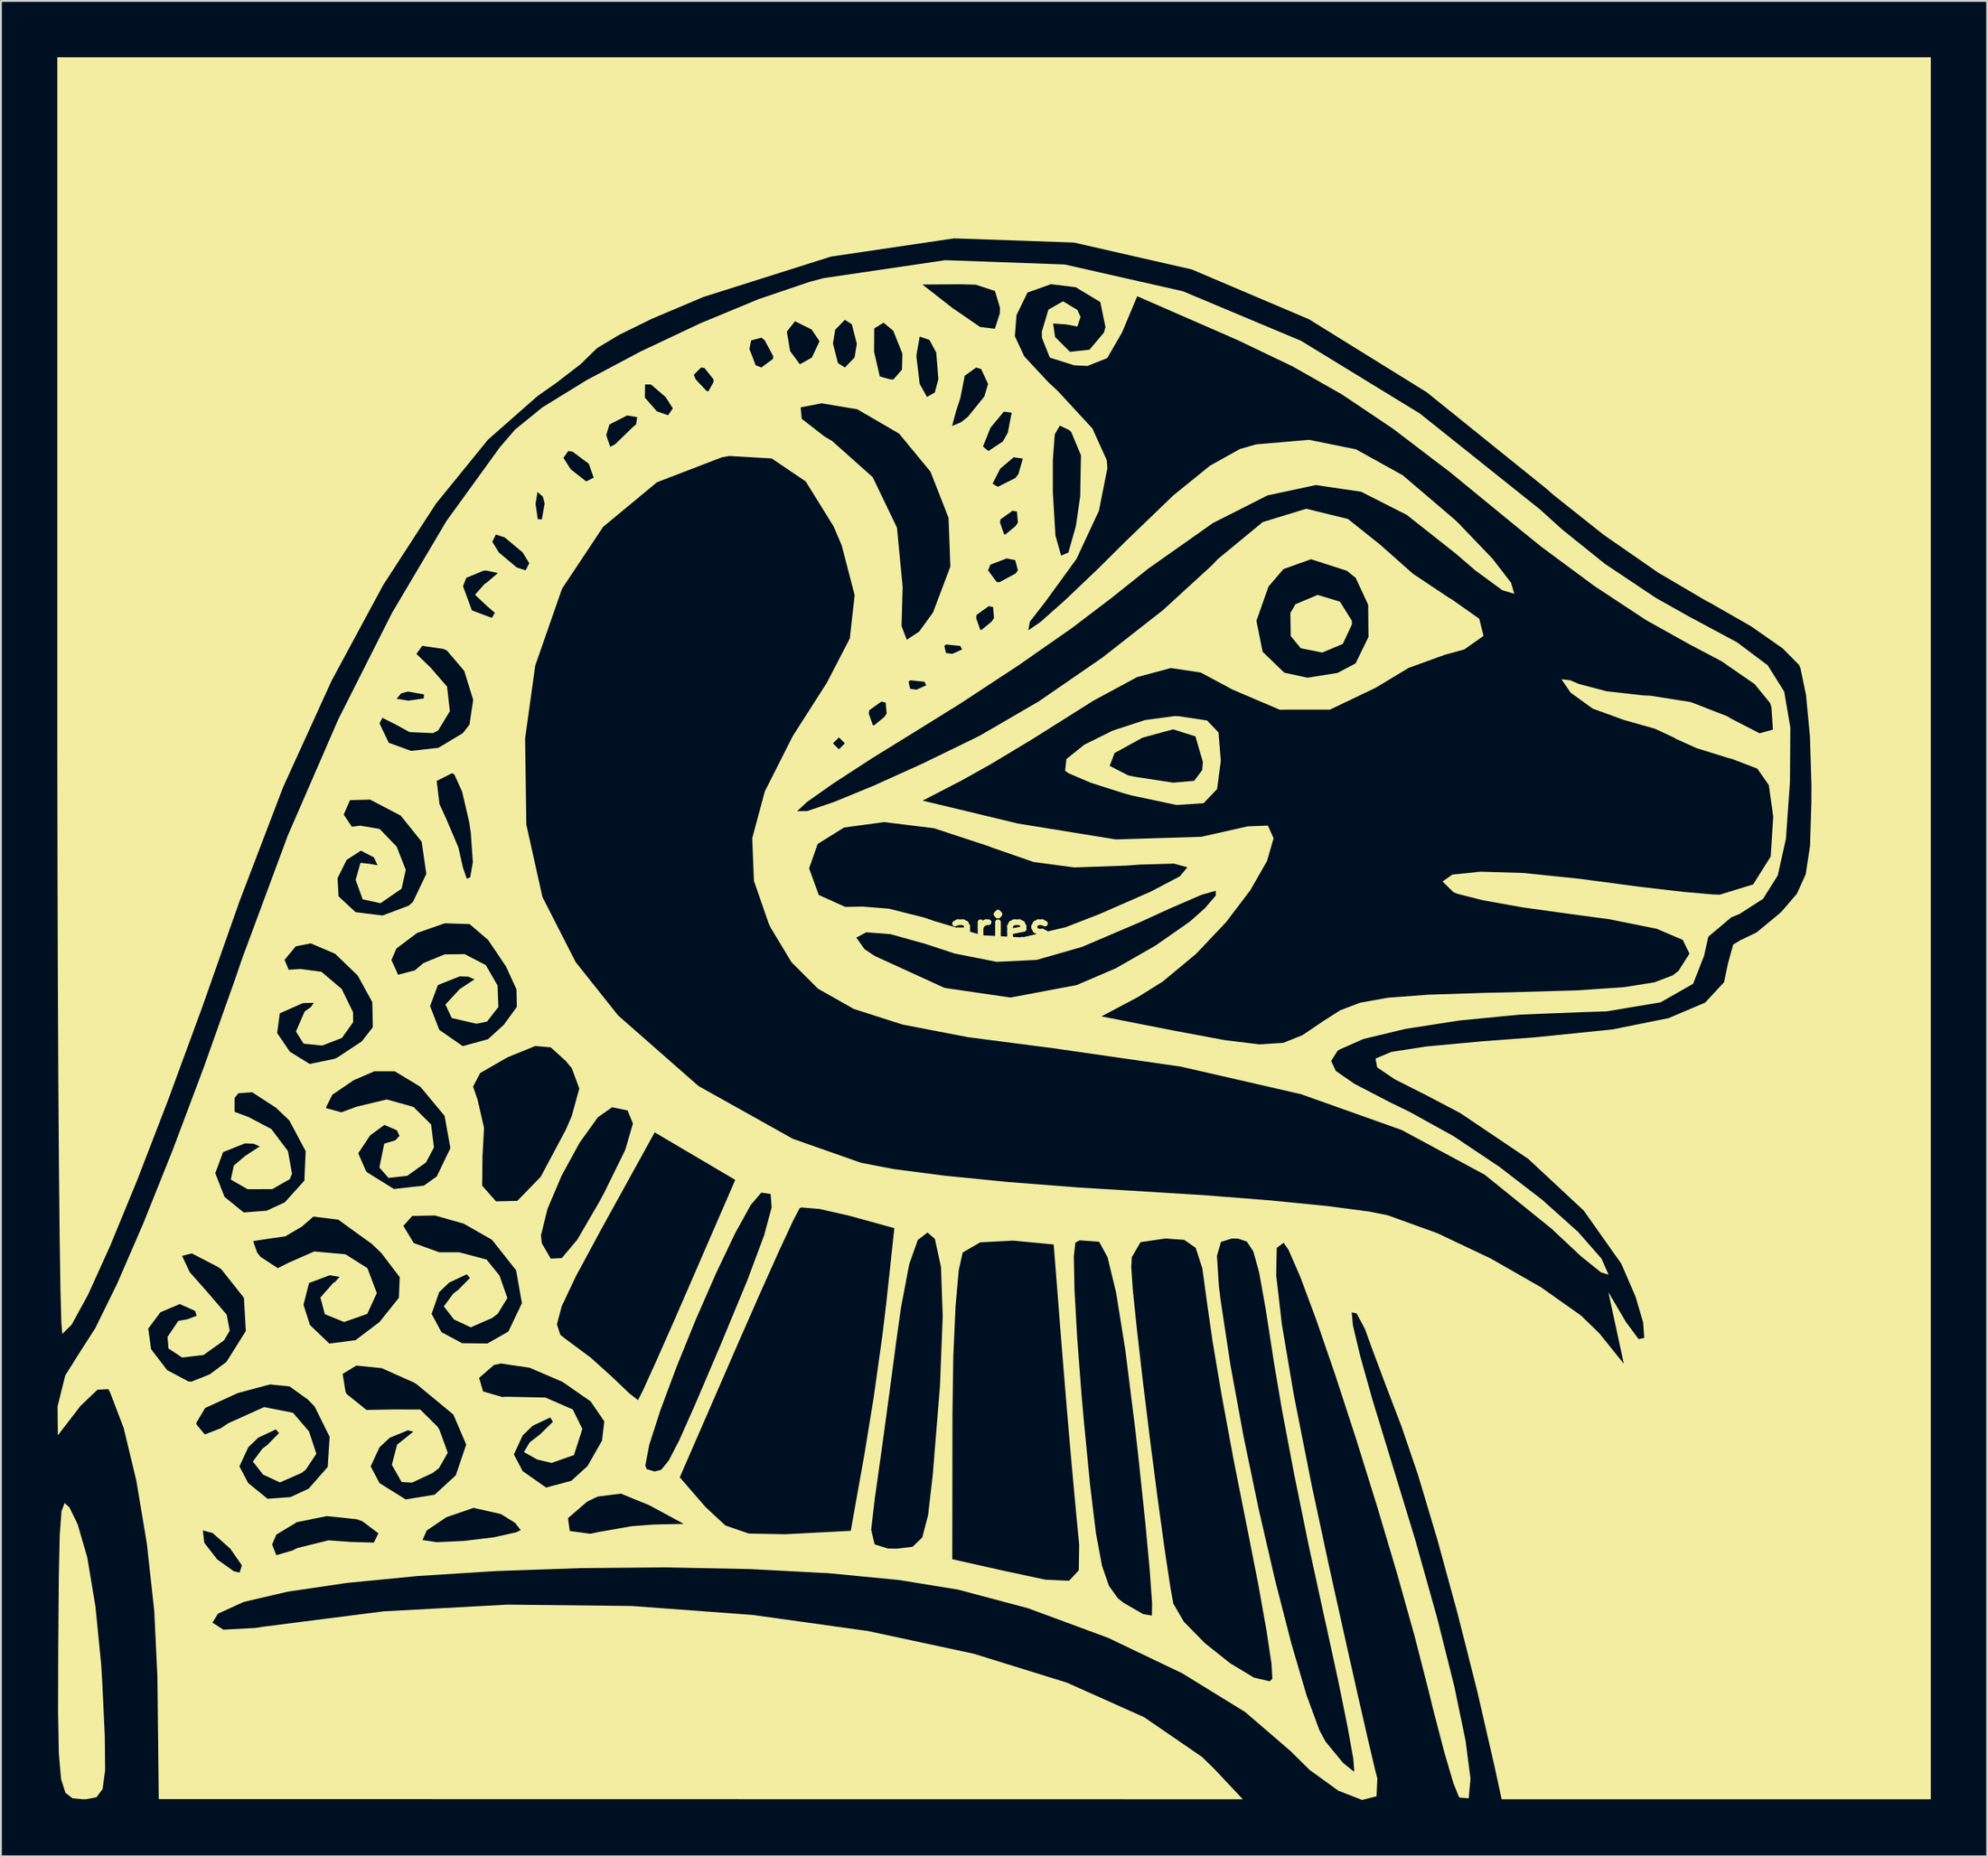
<source format=kicad_pcb>
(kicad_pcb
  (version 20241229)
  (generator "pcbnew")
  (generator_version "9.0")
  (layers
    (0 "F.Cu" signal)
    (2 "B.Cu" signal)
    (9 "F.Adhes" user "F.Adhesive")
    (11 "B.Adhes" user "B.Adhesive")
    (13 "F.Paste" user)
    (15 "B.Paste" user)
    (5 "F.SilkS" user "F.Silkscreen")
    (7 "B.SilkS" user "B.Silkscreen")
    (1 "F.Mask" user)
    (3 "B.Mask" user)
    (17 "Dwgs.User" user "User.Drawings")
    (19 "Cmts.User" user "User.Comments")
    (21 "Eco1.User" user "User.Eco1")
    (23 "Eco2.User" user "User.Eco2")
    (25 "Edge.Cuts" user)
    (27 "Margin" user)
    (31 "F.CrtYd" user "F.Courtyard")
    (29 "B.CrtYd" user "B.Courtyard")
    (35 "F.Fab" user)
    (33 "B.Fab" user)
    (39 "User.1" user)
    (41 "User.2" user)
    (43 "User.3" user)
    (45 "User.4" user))
  (footprint "aries"
    (layer "F.Cu")
    (at 50.165 46.355)
    (property "Reference" "aries" (at 0 0 0) (layer "F.SilkS") (effects (font (size 1.5 1.5) (thickness 0.3))))
    (attr board_only exclude_from_pos_files exclude_from_bom)
    (fp_poly (pts (xy 18.087 -17.385) (xy 18.72 -16.375) (xy 18.733 -16.184) (xy 18.242 -15.136) (xy 17.145 -14.674) (xy 16.003 -14.906) (xy 15.47 -15.556) (xy 15.452 -16.782) (xy 15.723 -17.247) (xy 16.901 -17.742)) (stroke (width 0) (type solid)) (fill yes) (layer "F.SilkS"))
    (fp_poly (pts (xy -49.517 30.828) (xy -49.137 31.608) (xy -49.074 31.75) (xy -48.573 33.476) (xy -48.138 36.081) (xy -47.831 39.176) (xy -47.771 40.164) (xy -47.639 43.002) (xy -47.621 44.806) (xy -47.755 45.81) (xy -48.081 46.248) (xy -48.638 46.353) (xy -48.81 46.355) (xy -49.358 46.303) (xy -49.732 46.013) (xy -49.964 45.283) (xy -50.084 43.914) (xy -50.125 41.702) (xy -50.116 38.448) (xy -50.113 37.941) (xy -50.086 34.563) (xy -50.037 32.309) (xy -49.943 31.033) (xy -49.778 30.588)) (stroke (width 0) (type solid)) (fill yes) (layer "F.SilkS"))
    (fp_poly (pts (xy 9.525 -11.286) (xy 11.017 -11.059) (xy 11.628 -10.422) (xy 11.747 -8.954) (xy 11.748 -8.89) (xy 11.552 -7.409) (xy 10.833 -6.656) (xy 9.388 -6.563) (xy 7.017 -7.067) (xy 6.553 -7.195) (xy 4.823 -7.748) (xy 3.656 -8.247) (xy 3.465 -8.38) (xy 3.494 -8.644) (xy 5.837 -8.644) (xy 6.814 -8.14) (xy 7.144 -8.068) (xy 9.216 -7.75) (xy 10.333 -7.848) (xy 10.759 -8.419) (xy 10.795 -8.853) (xy 10.4 -10.213) (xy 9.209 -10.589) (xy 7.582 -10.144) (xy 6.096 -9.327) (xy 5.837 -8.644) (xy 3.494 -8.644) (xy 3.533 -9.006) (xy 4.492 -9.775) (xy 6.001 -10.522) (xy 7.719 -11.083) (xy 9.303 -11.295)) (stroke (width 0) (type solid)) (fill yes) (layer "F.SilkS"))
    (fp_poly (pts (xy 49.53 0) (xy 49.53 46.355) (xy 38.112 46.355) (xy 26.694 46.355) (xy 26.317 44.609) (xy 25.406 40.645) (xy 24.359 36.502) (xy 23.272 32.53) (xy 22.242 29.082) (xy 21.365 26.51) (xy 21.329 26.416) (xy 20.485 24.207) (xy 19.786 22.338) (xy 19.427 21.34) (xy 18.976 20.496) (xy 18.717 20.441) (xy 18.778 21.129) (xy 19.17 22.772) (xy 19.828 25.118) (xy 20.617 27.7) (xy 22.077 32.479) (xy 23.271 36.736) (xy 24.178 40.359) (xy 24.774 43.237) (xy 25.037 45.255) (xy 24.943 46.303) (xy 24.468 46.268) (xy 24.419 46.221) (xy 24.123 45.483) (xy 23.634 43.817) (xy 23.04 41.532) (xy 22.814 40.605) (xy 22.065 37.679) (xy 21.123 34.316) (xy 20.058 30.733) (xy 18.94 27.146) (xy 17.84 23.773) (xy 16.828 20.831) (xy 15.973 18.535) (xy 15.347 17.103) (xy 15.093 16.737) (xy 14.726 17.01) (xy 14.697 18.474) (xy 15.002 21.096) (xy 15.636 24.843) (xy 16.594 29.682) (xy 17.515 33.972) (xy 18.29 37.471) (xy 18.99 40.589) (xy 19.562 43.092) (xy 19.95 44.742) (xy 20.079 45.244) (xy 20.037 46.197) (xy 19.268 46.391) (xy 18.003 45.898) (xy 16.474 44.791) (xy 15.454 43.784) (xy 13.049 41.714) (xy 9.705 39.654) (xy 5.743 37.759) (xy 1.483 36.186) (xy -2.223 35.199) (xy -5.36 34.687) (xy -9.116 34.325) (xy -13.313 34.103) (xy -17.775 34.015) (xy -22.327 34.053) (xy -26.79 34.208) (xy -30.989 34.473) (xy -34.748 34.841) (xy -37.89 35.303) (xy -40.238 35.851) (xy -41.617 36.478) (xy -41.91 36.954) (xy -41.329 37.329) (xy -39.624 37.237) (xy -39.211 37.172) (xy -32.814 36.355) (xy -26.222 35.996) (xy -19.609 36.068) (xy -13.15 36.546) (xy -7.019 37.402) (xy -1.389 38.612) (xy 3.564 40.149) (xy 7.668 41.987) (xy 10.747 44.1) (xy 11.395 44.731) (xy 12.921 46.355) (xy -15.923 46.351) (xy -44.767 46.346) (xy -44.838 39.842) (xy -45.005 36.355) (xy -45.398 32.762) (xy -45.517 32.048) (xy -42.42 32.048) (xy -42.345 32.704) (xy -41.654 33.592) (xy -40.772 34.221) (xy -40.464 34.29) (xy -40.344 33.904) (xy -40.569 33.58) (xy -2.54 33.58) (xy 0.159 34.185) (xy 2.416 34.669) (xy 3.676 34.726) (xy 4.192 34.169) (xy 4.213 32.812) (xy 4.066 31.274) (xy 3.838 28.817) (xy 3.568 25.716) (xy 3.311 22.592) (xy 3.282 22.225) (xy 2.908 17.47) (xy 3.928 17.47) (xy 3.963 19.232) (xy 4.106 21.782) (xy 4.343 24.882) (xy 4.446 26.048) (xy 4.797 29.658) (xy 5.108 32.213) (xy 5.427 33.922) (xy 5.797 34.997) (xy 6.264 35.649) (xy 6.562 35.891) (xy 7.62 36.501) (xy 8.084 36.577) (xy 8.093 35.903) (xy 7.97 34.189) (xy 7.735 31.659) (xy 7.407 28.535) (xy 7.2 26.68) (xy 6.667 22.432) (xy 6.179 19.393) (xy 5.852 18.041) (xy 6.985 18.041) (xy 7.067 19.236) (xy 7.287 21.371) (xy 7.605 24.129) (xy 7.981 27.193) (xy 8.376 30.247) (xy 8.75 32.973) (xy 9.064 35.055) (xy 9.223 35.943) (xy 9.779 36.901) (xy 10.899 38.044) (xy 12.254 39.12) (xy 13.515 39.881) (xy 14.352 40.075) (xy 14.493 39.943) (xy 14.449 39.149) (xy 14.181 37.37) (xy 13.733 34.861) (xy 13.146 31.877) (xy 13.084 31.576) (xy 12.409 28.172) (xy 11.794 24.839) (xy 11.311 21.979) (xy 11.045 20.127) (xy 10.765 18.087) (xy 10.553 17.435) (xy 11.544 17.435) (xy 11.646 19.028) (xy 11.747 19.844) (xy 12.266 23.265) (xy 12.959 27.039) (xy 13.767 30.923) (xy 14.633 34.673) (xy 15.499 38.045) (xy 16.305 40.795) (xy 16.996 42.68) (xy 17.324 43.286) (xy 18.248 44.411) (xy 18.814 44.871) (xy 18.853 44.859) (xy 18.799 44.197) (xy 18.503 42.534) (xy 18.01 40.104) (xy 17.367 37.144) (xy 17.212 36.453) (xy 16.418 32.803) (xy 15.652 29.043) (xy 15.005 25.633) (xy 14.589 23.177) (xy 14.132 20.224) (xy 13.787 18.303) (xy 13.48 17.194) (xy 13.135 16.674) (xy 12.677 16.519) (xy 12.343 16.51) (xy 11.759 16.692) (xy 11.544 17.435) (xy 10.553 17.435) (xy 10.413 17.006) (xy 9.803 16.582) (xy 8.803 16.51) (xy 7.478 16.705) (xy 7.014 17.501) (xy 6.985 18.041) (xy 5.852 18.041) (xy 5.722 17.503) (xy 5.287 16.703) (xy 5.241 16.679) (xy 4.24 16.607) (xy 4.01 16.734) (xy 3.928 17.47) (xy 2.908 17.47) (xy 2.857 16.828) (xy 0.702 16.622) (xy -1.056 16.715) (xy -1.987 17.257) (xy -2.195 18.191) (xy -2.366 20.115) (xy -2.484 22.75) (xy -2.53 25.814) (xy -2.53 25.839) (xy -2.54 33.58) (xy -40.569 33.58) (xy -40.961 33.016) (xy -41.212 32.794) (xy -38.735 32.794) (xy -38.513 33.365) (xy -37.641 33.111) (xy -37.406 32.988) (xy -35.735 32.574) (xy -34.548 32.661) (xy -33.32 32.694) (xy -33.253 32.557) (xy -30.731 32.557) (xy -29.974 32.673) (xy -28.523 32.606) (xy -26.929 32.412) (xy -25.746 32.147) (xy -25.504 32.029) (xy -25.809 31.641) (xy -26.206 31.394) (xy -22.991 31.394) (xy -22.895 32.077) (xy -21.806 32.226) (xy -21.36 32.131) (xy -19.599 31.822) (xy -18.415 31.733) (xy -16.828 31.699) (xy -18.656 30.709) (xy -20.174 30.088) (xy -21.408 30.245) (xy -21.968 30.512) (xy -22.991 31.394) (xy -26.206 31.394) (xy -26.559 31.175) (xy -28.012 30.846) (xy -29.461 31.344) (xy -30.509 32.051) (xy -30.731 32.557) (xy -33.253 32.557) (xy -33.079 32.201) (xy -33.922 31.563) (xy -34.236 31.45) (xy -35.829 31.284) (xy -37.414 31.606) (xy -38.511 32.271) (xy -38.735 32.794) (xy -41.212 32.794) (xy -41.9 32.184) (xy -42.42 32.048) (xy -45.517 32.048) (xy -45.96 29.399) (xy -46.633 26.596) (xy -46.735 26.33) (xy -42.774 26.33) (xy -42.746 26.428) (xy -42.314 26.939) (xy -41.465 26.61) (xy -41.069 26.343) (xy -39.158 25.482) (xy -37.623 25.786) (xy -36.772 26.778) (xy -36.38 27.966) (xy -36.945 28.815) (xy -37.174 28.99) (xy -38.321 29.492) (xy -39.216 29.074) (xy -39.758 28.379) (xy -39.253 27.698) (xy -38.988 27.497) (xy -38.366 26.865) (xy -38.536 26.67) (xy -39.472 27.11) (xy -40.005 27.622) (xy -40.475 28.639) (xy -40.005 29.527) (xy -38.976 30.363) (xy -37.753 30.272) (xy -36.788 29.823) (xy -35.777 28.669) (xy -35.673 27.066) (xy -36.471 25.454) (xy -36.833 25.08) (xy -37.807 24.381) (xy -38.851 24.277) (xy -40.505 24.72) (xy -40.59 24.749) (xy -42.298 25.53) (xy -42.774 26.33) (xy -46.735 26.33) (xy -47.361 24.688) (xy -47.455 24.526) (xy -48.027 24.558) (xy -48.929 25.417) (xy -48.972 25.472) (xy -50.137 26.988) (xy -50.151 25.441) (xy -49.741 23.797) (xy -48.979 22.583) (xy -48.157 21.303) (xy -45.326 21.303) (xy -45.176 22.4) (xy -44.32 23.516) (xy -43.193 24.117) (xy -43.026 24.13) (xy -42.051 23.739) (xy -42.018 23.714) (xy -34.981 23.714) (xy -34.825 24.684) (xy -34.763 24.789) (xy -33.714 25.634) (xy -32.317 25.609) (xy -30.854 25.611) (xy -29.919 26.539) (xy -29.823 26.711) (xy -29.388 27.911) (xy -29.851 28.725) (xy -30.176 28.981) (xy -31.29 29.504) (xy -31.844 29.47) (xy -32.363 28.554) (xy -32.083 27.482) (xy -31.591 27.091) (xy -31.219 26.788) (xy -31.513 26.72) (xy -32.479 27.116) (xy -33.02 27.622) (xy -33.49 28.639) (xy -33.02 29.527) (xy -31.625 30.398) (xy -30.084 30.145) (xy -28.959 29.112) (xy -28.406 27.478) (xy -29.09 25.879) (xy -31.025 24.279) (xy -31.205 24.168) (xy -31.741 23.929) (xy -27.718 23.929) (xy -27.508 24.649) (xy -26.476 24.948) (xy -26.284 24.932) (xy -24.185 24.976) (xy -22.734 25.61) (xy -22.225 26.645) (xy -22.671 28.036) (xy -23.864 28.455) (xy -24.637 28.268) (xy -25.335 27.876) (xy -25.031 27.364) (xy -24.485 26.942) (xy -23.795 26.27) (xy -23.931 26.035) (xy -24.867 26.475) (xy -25.4 26.988) (xy -25.87 28.004) (xy -25.4 28.892) (xy -24.152 29.766) (xy -22.813 29.406) (xy -22.607 29.219) (xy -17.041 29.219) (xy -15.664 30.81) (xy -14.611 31.785) (xy -13.371 32.213) (xy -11.444 32.25) (xy -11.115 32.234) (xy -7.942 32.068) (xy -7.931 32.007) (xy -6.856 32.007) (xy -6.674 32.788) (xy -5.966 33.01) (xy -5.51 33.02) (xy -4.652 32.918) (xy -4.137 32.42) (xy -3.826 31.235) (xy -3.577 29.075) (xy -3.575 29.051) (xy -3.194 24.351) (xy -3.049 20.654) (xy -3.141 18.025) (xy -3.466 16.53) (xy -3.857 16.192) (xy -4.375 16.588) (xy -4.831 17.876) (xy -5.271 20.204) (xy -5.511 21.907) (xy -5.902 24.85) (xy -6.284 27.658) (xy -6.591 29.844) (xy -6.661 30.321) (xy -6.856 32.007) (xy -7.931 32.007) (xy -7.205 27.94) (xy -6.719 24.95) (xy -6.264 21.712) (xy -6.045 19.886) (xy -5.623 15.96) (xy -8.015 15.3) (xy -9.597 14.939) (xy -10.566 14.859) (xy -10.664 14.897) (xy -11.003 15.547) (xy -11.737 17.127) (xy -12.758 19.402) (xy -13.959 22.135) (xy -13.981 22.187) (xy -17.041 29.219) (xy -22.607 29.219) (xy -21.95 28.622) (xy -21.936 28.596) (xy -18.875 28.596) (xy -18.801 28.783) (xy -18.383 28.91) (xy -18.027 28.819) (xy -17.625 28.324) (xy -17.066 27.242) (xy -16.241 25.387) (xy -15.041 22.576) (xy -14.836 22.093) (xy -13.433 18.704) (xy -12.549 16.333) (xy -12.152 14.854) (xy -12.207 14.142) (xy -12.682 14.07) (xy -12.714 14.08) (xy -13.267 14.73) (xy -14.105 16.25) (xy -15.116 18.371) (xy -16.19 20.826) (xy -17.213 23.344) (xy -18.076 25.658) (xy -18.667 27.498) (xy -18.875 28.596) (xy -21.936 28.596) (xy -21.178 27.266) (xy -21.058 26.241) (xy -21.785 25.179) (xy -23.272 24.145) (xy -25.029 23.389) (xy -26.563 23.162) (xy -26.93 23.243) (xy -27.718 23.929) (xy -31.741 23.929) (xy -32.903 23.41) (xy -34.252 23.274) (xy -34.981 23.714) (xy -42.018 23.714) (xy -41.166 23.079) (xy -40.133 21.434) (xy -40.235 19.665) (xy -41.441 18.144) (xy -41.612 18.026) (xy -43.007 17.303) (xy -43.527 17.433) (xy -43.12 18.299) (xy -42.21 19.327) (xy -41.152 20.564) (xy -40.991 21.42) (xy -41.297 21.934) (xy -42.387 22.711) (xy -43.521 22.845) (xy -44.25 22.362) (xy -44.3 21.749) (xy -43.726 20.895) (xy -43.254 20.812) (xy -42.749 20.625) (xy -42.836 20.363) (xy -43.646 19.999) (xy -44.677 20.434) (xy -45.326 21.303) (xy -48.157 21.303) (xy -48.143 21.282) (xy -46.994 18.943) (xy -45.998 16.65) (xy -39.745 16.65) (xy -39.529 17.263) (xy -39.348 17.489) (xy -38.432 18.089) (xy -37.873 17.807) (xy -36.496 17.2) (xy -34.83 17.351) (xy -33.662 18.089) (xy -33.163 19.417) (xy -33.672 20.523) (xy -34.905 20.955) (xy -35.931 20.535) (xy -36.164 19.652) (xy -35.474 18.867) (xy -35.401 18.836) (xy -35.142 18.553) (xy -35.666 18.465) (xy -36.769 18.878) (xy -37.065 20.037) (xy -36.722 21.114) (xy -35.69 22.103) (xy -34.297 21.923) (xy -33.02 20.955) (xy -31.989 19.666) (xy -31.943 18.569) (xy -32.92 17.286) (xy -33.43 16.797) (xy -34.757 15.838) (xy -31.75 15.838) (xy -31.198 16.752) (xy -29.84 17.245) (xy -28.777 17.244) (xy -27.323 17.63) (xy -26.633 18.484) (xy -26.216 19.679) (xy -26.721 20.507) (xy -27.014 20.735) (xy -28.161 21.237) (xy -29.056 20.819) (xy -29.598 20.124) (xy -29.093 19.443) (xy -28.828 19.242) (xy -28.206 18.61) (xy -28.376 18.415) (xy -29.312 18.855) (xy -29.845 19.367) (xy -30.248 20.522) (xy -29.725 21.493) (xy -28.621 22.084) (xy -27.281 22.099) (xy -26.162 21.463) (xy -25.98 21.082) (xy -23.578 21.082) (xy -23.398 21.637) (xy -23.053 21.907) (xy -21.799 22.835) (xy -20.678 23.845) (xy -19.712 24.763) (xy -19.263 25.115) (xy -18.984 24.558) (xy -18.314 23.084) (xy -17.366 20.94) (xy -16.624 19.236) (xy -14.089 13.39) (xy -16.233 12.125) (xy -18.376 10.861) (xy -21.247 16.067) (xy -22.573 18.527) (xy -23.327 20.122) (xy -23.578 21.082) (xy -25.98 21.082) (xy -25.442 19.953) (xy -25.75 18.203) (xy -27.014 16.603) (xy -27.073 16.556) (xy -27.457 16.337) (xy -24.426 16.337) (xy -24.384 16.763) (xy -23.907 17.581) (xy -23.318 17.552) (xy -22.497 16.575) (xy -21.318 14.551) (xy -21.056 14.063) (xy -19.941 11.792) (xy -19.534 10.393) (xy -19.818 9.695) (xy -20.642 9.525) (xy -21.403 10.061) (xy -22.366 11.405) (xy -23.327 13.162) (xy -24.082 14.938) (xy -24.426 16.337) (xy -27.457 16.337) (xy -28.534 15.721) (xy -30.07 15.285) (xy -31.277 15.31) (xy -31.75 15.838) (xy -34.757 15.838) (xy -35.214 15.506) (xy -36.539 15.344) (xy -37.148 15.875) (xy -38.038 16.397) (xy -38.85 16.51) (xy -39.745 16.65) (xy -45.998 16.65) (xy -45.603 15.739) (xy -44.518 13.033) (xy -41.759 13.033) (xy -41.268 14.296) (xy -40.242 15.125) (xy -39.016 15.029) (xy -38.058 14.583) (xy -37.018 13.431) (xy -36.949 11.861) (xy -37.818 10.228) (xy -38.527 9.552) (xy -38.554 9.534) (xy -35.866 9.534) (xy -35.846 9.577) (xy -35.051 9.795) (xy -34.227 9.492) (xy -32.629 9.11) (xy -31.212 9.507) (xy -30.276 10.44) (xy -30.122 11.666) (xy -30.547 12.463) (xy -31.545 13.175) (xy -32.541 13.284) (xy -33.019 12.741) (xy -33.02 12.7) (xy -32.767 11.461) (xy -32.179 11.287) (xy -31.955 11.048) (xy -32.095 10.75) (xy -32.759 10.466) (xy -33.517 11.02) (xy -34.151 11.973) (xy -33.745 12.908) (xy -33.681 12.986) (xy -32.252 13.876) (xy -30.658 13.697) (xy -29.972 13.208) (xy -29.246 11.7) (xy -29.558 9.981) (xy -30.832 8.45) (xy -30.866 8.425) (xy -28.041 8.425) (xy -27.801 9.126) (xy -27.457 10.623) (xy -27.539 12.122) (xy -27.557 13.697) (xy -26.82 14.534) (xy -25.685 14.506) (xy -24.44 13.225) (xy -23.096 10.704) (xy -22.789 9.99) (xy -22.388 8.528) (xy -22.785 7.451) (xy -23.112 7.058) (xy -23.907 6.336) (xy -24.73 6.265) (xy -26.098 6.821) (xy -26.295 6.915) (xy -27.663 7.704) (xy -28.041 8.425) (xy -30.866 8.425) (xy -30.894 8.405) (xy -32.205 7.612) (xy -33.296 7.611) (xy -34.393 8.084) (xy -35.535 8.862) (xy -35.866 9.534) (xy -38.554 9.534) (xy -39.795 8.726) (xy -40.525 8.779) (xy -40.733 9.03) (xy -40.731 9.769) (xy -39.987 10.046) (xy -38.774 10.686) (xy -37.891 11.859) (xy -37.676 13.059) (xy -37.791 13.348) (xy -38.728 13.884) (xy -40.038 13.886) (xy -40.933 13.374) (xy -40.771 12.627) (xy -40.177 12.123) (xy -39.395 11.61) (xy -39.726 11.463) (xy -40.184 11.449) (xy -41.344 11.913) (xy -41.759 13.033) (xy -44.518 13.033) (xy -44.04 11.841) (xy -42.378 7.422) (xy -41.722 5.576) (xy -38.467 5.576) (xy -37.789 6.57) (xy -36.734 7.222) (xy -35.424 6.95) (xy -35.256 6.875) (xy -33.965 6.021) (xy -33.375 5.265) (xy -33.403 3.93) (xy -34.18 2.513) (xy -35.035 1.689) (xy -32.385 1.689) (xy -32.03 2.472) (xy -31.137 2.24) (xy -30.68 1.851) (xy -29.558 1.391) (xy -28.489 1.375) (xy -27.362 1.96) (xy -26.739 3.042) (xy -26.694 4.189) (xy -27.3 4.966) (xy -27.86 5.08) (xy -29.175 4.776) (xy -29.511 4.058) (xy -28.747 3.233) (xy -27.965 2.72) (xy -28.296 2.573) (xy -28.754 2.559) (xy -29.914 3.023) (xy -30.329 4.143) (xy -29.838 5.406) (xy -28.589 6.273) (xy -27.246 5.904) (xy -26.405 5.138) (xy -25.711 4.182) (xy -25.73 3.251) (xy -26.283 2.04) (xy -27.24 0.62) (xy -28.211 -0.211) (xy -28.242 -0.224) (xy -29.55 -0.266) (xy -31.021 0.249) (xy -32.121 1.076) (xy -32.385 1.689) (xy -35.035 1.689) (xy -35.379 1.357) (xy -36.676 0.802) (xy -37.478 0.961) (xy -38.073 1.681) (xy -37.852 2.208) (xy -37.229 2.166) (xy -36.112 2.315) (xy -35.032 3.229) (xy -34.427 4.466) (xy -34.424 4.998) (xy -35.019 5.835) (xy -36.071 6.243) (xy -37.059 6.14) (xy -37.465 5.495) (xy -37.002 4.427) (xy -36.671 4.192) (xy -36.514 3.966) (xy -37.095 3.98) (xy -38.326 4.527) (xy -38.467 5.576) (xy -41.722 5.576) (xy -40.686 2.656) (xy -40.321 1.587) (xy -38.742 -2.667) (xy -35.253 -2.667) (xy -35.198 -1.7) (xy -34.295 -0.859) (xy -32.859 -0.679) (xy -31.466 -1.203) (xy -31.242 -1.397) (xy -30.529 -2.896) (xy -30.776 -4.608) (xy -31.891 -5.996) (xy -33.52 -6.849) (xy -34.591 -6.819) (xy -34.925 -6.052) (xy -34.492 -5.406) (xy -34.038 -5.46) (xy -33.014 -5.288) (xy -32.104 -4.343) (xy -31.622 -3.108) (xy -31.846 -2.107) (xy -32.967 -1.333) (xy -33.916 -1.542) (xy -34.29 -2.577) (xy -34.033 -3.481) (xy -33.557 -3.432) (xy -33.126 -3.353) (xy -33.315 -3.773) (xy -34.011 -4.131) (xy -34.767 -3.642) (xy -35.253 -2.667) (xy -38.742 -2.667) (xy -37.901 -4.933) (xy -36.637 -7.842) (xy -29.976 -7.842) (xy -29.827 -6.605) (xy -29.47 -5.829) (xy -28.824 -4.308) (xy -28.579 -3.228) (xy -28.375 -2.636) (xy -28.194 -2.709) (xy -28.053 -3.518) (xy -28.161 -5.078) (xy -28.25 -5.672) (xy -28.624 -7.274) (xy -29.034 -8.18) (xy -29.16 -8.255) (xy -29.976 -7.842) (xy -36.637 -7.842) (xy -35.306 -10.904) (xy -33.02 -10.904) (xy -32.529 -9.875) (xy -31.341 -9.441) (xy -29.886 -9.606) (xy -28.594 -10.378) (xy -28.233 -10.835) (xy -28.034 -12.159) (xy -28.51 -13.698) (xy -29.428 -14.778) (xy -29.613 -14.867) (xy -30.746 -15.032) (xy -31.057 -14.605) (xy -30.322 -13.894) (xy -30.316 -13.891) (xy -29.424 -12.861) (xy -29.276 -11.553) (xy -29.895 -10.531) (xy -30.171 -10.387) (xy -31.423 -10.441) (xy -32.076 -10.802) (xy -32.865 -11.203) (xy -33.02 -10.904) (xy -35.306 -10.904) (xy -35.209 -11.128) (xy -34.659 -12.217) (xy -32.11 -12.217) (xy -31.485 -12.115) (xy -30.662 -12.232) (xy -30.652 -12.449) (xy -31.502 -12.6) (xy -31.869 -12.499) (xy -32.11 -12.217) (xy -34.659 -12.217) (xy -32.356 -16.782) (xy -31.514 -18.203) (xy -28.575 -18.203) (xy -28.104 -16.918) (xy -27.04 -16.52) (xy -26.882 -16.791) (xy -27.305 -17.155) (xy -27.938 -17.752) (xy -27.432 -18.321) (xy -27.305 -18.405) (xy -26.72 -18.905) (xy -27.315 -19.038) (xy -27.464 -19.04) (xy -28.404 -18.652) (xy -28.575 -18.203) (xy -31.514 -18.203) (xy -30.11 -20.573) (xy -27.019 -20.573) (xy -26.67 -20.003) (xy -25.714 -19.202) (xy -25.244 -19.05) (xy -25.051 -19.432) (xy -25.4 -20.003) (xy -26.356 -20.803) (xy -26.826 -20.955) (xy -27.019 -20.573) (xy -30.11 -20.573) (xy -29.455 -21.678) (xy -28.791 -22.595) (xy -24.715 -22.595) (xy -24.598 -21.772) (xy -24.381 -21.762) (xy -24.23 -22.612) (xy -24.331 -22.979) (xy -24.613 -23.22) (xy -24.715 -22.595) (xy -28.791 -22.595) (xy -27.023 -25.037) (xy -23.231 -25.037) (xy -22.847 -24.432) (xy -22.02 -23.783) (xy -21.623 -23.983) (xy -21.881 -24.723) (xy -22.745 -25.367) (xy -22.975 -25.4) (xy -23.231 -25.037) (xy -27.023 -25.037) (xy -26.615 -25.601) (xy -26.059 -26.247) (xy -20.955 -26.247) (xy -20.742 -25.623) (xy -20.479 -25.763) (xy -19.519 -26.693) (xy -19.367 -26.812) (xy -19.305 -27.204) (xy -19.844 -27.295) (xy -20.785 -26.811) (xy -20.955 -26.247) (xy -26.059 -26.247) (xy -25.809 -26.538) (xy -24.354 -27.722) (xy -23.505 -28.245) (xy -18.9 -28.245) (xy -18.259 -27.512) (xy -17.665 -27.305) (xy -17.409 -27.668) (xy -17.445 -27.725) (xy -10.609 -27.725) (xy -10.552 -27.117) (xy -9.337 -26.171) (xy -8.931 -25.932) (xy -6.776 -24.011) (xy -5.483 -21.322) (xy -5.177 -18.13) (xy -5.186 -18.018) (xy -5.239 -16.085) (xy -4.961 -15.354) (xy -4.304 -15.788) (xy -3.78 -16.51) (xy -1.27 -16.51) (xy -1.053 -15.892) (xy -0.99 -15.875) (xy -0.448 -16.32) (xy -0.318 -16.51) (xy -0.368 -17.095) (xy -0.598 -17.145) (xy -1.244 -16.684) (xy -1.27 -16.51) (xy -3.78 -16.51) (xy -3.566 -16.805) (xy -2.717 -19.05) (xy -0.635 -19.05) (xy -0.179 -18.433) (xy -0.037 -18.415) (xy 0.823 -18.877) (xy 0.953 -19.05) (xy 0.809 -19.594) (xy 0.355 -19.685) (xy -0.514 -19.353) (xy -0.635 -19.05) (xy -2.717 -19.05) (xy -2.642 -19.249) (xy -2.729 -21.59) (xy 0 -21.59) (xy 0.217 -20.972) (xy 0.28 -20.955) (xy 0.822 -21.4) (xy 0.953 -21.59) (xy 0.902 -22.175) (xy 0.672 -22.225) (xy 0.026 -21.764) (xy 0 -21.59) (xy -2.729 -21.59) (xy -2.739 -21.847) (xy -3.266 -23.194) (xy 2.811 -23.194) (xy 2.951 -20.9) (xy 3.253 -19.832) (xy 3.641 -20) (xy 4.04 -21.416) (xy 4.267 -22.989) (xy 4.308 -25.171) (xy 3.792 -26.41) (xy 3.673 -26.52) (xy 3.184 -26.754) (xy 2.915 -26.293) (xy 2.812 -24.928) (xy 2.811 -23.194) (xy -3.266 -23.194) (xy -3.45 -23.664) (xy -0.397 -23.664) (xy -0.115 -23.495) (xy 0.815 -23.962) (xy 0.979 -24.172) (xy 1.216 -24.999) (xy 0.724 -25.067) (xy 0.013 -24.463) (xy -0.397 -23.664) (xy -3.45 -23.664) (xy -3.701 -24.304) (xy -4.804 -25.641) (xy -0.905 -25.641) (xy -0.62 -25.4) (xy 0.153 -25.909) (xy 0.416 -26.38) (xy 0.621 -27.442) (xy 0.204 -27.497) (xy -0.506 -26.641) (xy -0.905 -25.641) (xy -4.804 -25.641) (xy -5.371 -26.328) (xy -6.066 -26.733) (xy -2.551 -26.733) (xy -2.081 -26.928) (xy -1.706 -27.224) (xy -0.834 -28.303) (xy -0.635 -28.97) (xy -1.004 -29.764) (xy -1.27 -29.845) (xy -1.887 -29.4) (xy -1.905 -29.262) (xy -2.111 -28.22) (xy -2.341 -27.516) (xy -2.551 -26.733) (xy -6.066 -26.733) (xy -7.594 -27.623) (xy -9.493 -27.94) (xy -10.609 -27.725) (xy -17.445 -27.725) (xy -17.793 -28.273) (xy -18.569 -28.939) (xy -18.887 -28.95) (xy -18.9 -28.245) (xy -23.505 -28.245) (xy -22.013 -29.164) (xy -21.464 -29.456) (xy -16.292 -29.456) (xy -16.192 -29.21) (xy -15.622 -28.604) (xy -15.52 -28.575) (xy -15.247 -29.066) (xy -15.24 -29.21) (xy -15.728 -29.821) (xy -15.912 -29.845) (xy -16.292 -29.456) (xy -21.464 -29.456) (xy -19.103 -30.709) (xy -18.836 -30.835) (xy -13.335 -30.835) (xy -13.003 -29.966) (xy -12.7 -29.845) (xy -12.083 -30.301) (xy -12.065 -30.443) (xy -12.527 -31.303) (xy -12.7 -31.433) (xy -13.244 -31.289) (xy -13.335 -30.835) (xy -18.836 -30.835) (xy -16.885 -31.755) (xy -11.344 -31.755) (xy -11.17 -30.719) (xy -10.649 -30.016) (xy -10.012 -30.374) (xy -9.664 -31.115) (xy -8.89 -31.115) (xy -8.624 -30.083) (xy -8.255 -29.845) (xy -7.739 -30.377) (xy -7.689 -30.686) (xy -6.701 -30.686) (xy -6.397 -29.369) (xy -5.847 -29.215) (xy -5.671 -29.21) (xy -5.216 -29.733) (xy -5.199 -30.395) (xy -4.445 -30.395) (xy -4.273 -28.968) (xy -3.885 -28.278) (xy -3.469 -28.517) (xy -3.28 -29.223) (xy -3.392 -30.639) (xy -3.756 -31.315) (xy -4.273 -31.491) (xy -4.444 -30.529) (xy -4.445 -30.395) (xy -5.199 -30.395) (xy -5.195 -30.589) (xy -5.682 -31.804) (xy -6.196 -32.231) (xy -6.694 -31.926) (xy -6.701 -30.686) (xy -7.689 -30.686) (xy -7.62 -31.115) (xy -7.886 -32.147) (xy -8.255 -32.385) (xy -8.771 -31.853) (xy -8.89 -31.115) (xy -9.664 -31.115) (xy -9.605 -31.241) (xy -10.022 -31.866) (xy -10.909 -32.308) (xy -11.344 -31.755) (xy -16.885 -31.755) (xy -15.939 -32.202) (xy -12.837 -33.487) (xy -10.551 -34.262) (xy -4.128 -34.262) (xy -2.54 -33.02) (xy -1.059 -32.003) (xy -0.274 -31.907) (xy -0.007 -32.733) (xy 0 -33.02) (xy -0.268 -33.918) (xy -1.295 -34.254) (xy -2.064 -34.276) (xy -4.128 -34.262) (xy -10.551 -34.262) (xy -10.113 -34.41) (xy -9.37 -34.605) (xy -2.912 -35.558) (xy 3.441 -35.329) (xy 9.737 -33.903) (xy 16.022 -31.265) (xy 22.342 -27.398) (xy 28.742 -22.287) (xy 29.923 -21.218) (xy 32.195 -19.393) (xy 34.907 -17.58) (xy 36.629 -16.612) (xy 39.221 -15.221) (xy 40.853 -13.996) (xy 41.73 -12.599) (xy 42.057 -10.69) (xy 42.04 -7.932) (xy 42.032 -7.715) (xy 41.823 -4.767) (xy 41.387 -2.809) (xy 40.604 -1.566) (xy 39.353 -0.762) (xy 38.92 -0.585) (xy 37.693 0.447) (xy 37.465 1.47) (xy 36.882 2.955) (xy 35.15 3.942) (xy 32.291 4.42) (xy 30.926 4.466) (xy 27.672 4.594) (xy 24.458 4.906) (xy 21.582 5.354) (xy 19.341 5.891) (xy 18.035 6.468) (xy 17.95 6.542) (xy 17.622 7.06) (xy 17.869 7.591) (xy 18.867 8.282) (xy 20.789 9.28) (xy 21.795 9.768) (xy 24.139 11.066) (xy 26.577 12.697) (xy 28.865 14.46) (xy 30.757 16.155) (xy 32.008 17.58) (xy 32.385 18.435) (xy 31.981 18.311) (xy 30.919 17.458) (xy 29.426 16.06) (xy 29.369 16.004) (xy 25.791 13.113) (xy 21.371 10.733) (xy 16.014 8.828) (xy 9.625 7.363) (xy 2.857 6.387) (xy -1.702 5.795) (xy -5.184 5.124) (xy -7.782 4.292) (xy -9.688 3.213) (xy -11.096 1.804) (xy -11.885 0.497) (xy -7.646 0.497) (xy -7.206 1.114) (xy -6.662 1.476) (xy -2.948 3.174) (xy 0.561 3.686) (xy 4.082 3.022) (xy 6.157 2.131) (xy 8.27 0.924) (xy 10.109 -0.361) (xy 10.897 -1.061) (xy 11.486 -1.746) (xy 11.477 -1.996) (xy 10.721 -1.78) (xy 9.066 -1.066) (xy 7.471 -0.335) (xy 4.37 0.989) (xy 1.952 1.682) (xy -0.178 1.786) (xy -2.415 1.342) (xy -3.954 0.835) (xy -5.827 0.312) (xy -7.122 0.214) (xy -7.646 0.497) (xy -11.885 0.497) (xy -12.197 -0.021) (xy -12.302 -0.237) (xy -13.095 -2.524) (xy -13.122 -3.19) (xy -10.16 -3.19) (xy -9.644 -1.773) (xy -8.235 -1.138) (xy -7.303 -1.154) (xy -5.914 -1.044) (xy -4.028 -0.569) (xy -3.493 -0.385) (xy -0.961 0.37) (xy 1.181 0.487) (xy 3.486 -0.055) (xy 5.28 -0.75) (xy 8.009 -1.945) (xy 9.565 -2.762) (xy 9.973 -3.246) (xy 9.256 -3.441) (xy 7.44 -3.39) (xy 6.726 -3.337) (xy 3.957 -3.239) (xy 1.784 -3.529) (xy -0.43 -4.297) (xy -0.577 -4.359) (xy -3.516 -5.326) (xy -6.162 -5.652) (xy -8.297 -5.364) (xy -9.702 -4.489) (xy -10.16 -3.19) (xy -13.122 -3.19) (xy -13.185 -4.795) (xy -12.799 -6.231) (xy -10.795 -6.231) (xy -10.266 -6.237) (xy -8.831 -6.722) (xy -6.717 -7.592) (xy -4.151 -8.752) (xy -1.361 -10.109) (xy -1.039 -10.272) (xy 2.059 -12.073) (xy 5.448 -14.407) (xy 7.94 -16.36) (xy 13.645 -16.36) (xy 13.976 -14.716) (xy 15.126 -13.605) (xy 16.367 -13.335) (xy 17.959 -13.59) (xy 18.923 -14.097) (xy 19.608 -15.504) (xy 19.592 -17.219) (xy 18.929 -18.648) (xy 18.457 -19.028) (xy 16.552 -19.642) (xy 15.079 -19.115) (xy 14.285 -18.183) (xy 13.645 -16.36) (xy 7.94 -16.36) (xy 8.672 -16.933) (xy 11.274 -19.314) (xy 11.596 -19.653) (xy 13.98 -21.618) (xy 16.297 -22.329) (xy 18.518 -21.783) (xy 20.232 -20.414) (xy 21.985 -18.861) (xy 23.921 -17.571) (xy 24.02 -17.52) (xy 25.503 -16.474) (xy 25.73 -15.562) (xy 24.706 -14.84) (xy 23.665 -14.555) (xy 21.738 -13.855) (xy 19.975 -12.792) (xy 17.554 -11.637) (xy 14.883 -11.634) (xy 12.383 -12.7) (xy 10.681 -13.612) (xy 9.092 -13.851) (xy 7.296 -13.368) (xy 4.976 -12.118) (xy 3.927 -11.456) (xy 1.651 -10.023) (xy -0.516 -8.721) (xy -2.04 -7.868) (xy -4.117 -6.794) (xy 0.958 -5.574) (xy 6.166 -4.728) (xy 10.718 -4.87) (xy 13.176 -5.424) (xy 14.255 -5.466) (xy 14.559 -4.791) (xy 14.21 -3.584) (xy 13.325 -2.032) (xy 12.025 -0.321) (xy 10.43 1.364) (xy 8.658 2.836) (xy 7.335 3.663) (xy 5.397 4.688) (xy 9.207 5.438) (xy 11.962 5.953) (xy 13.807 6.179) (xy 15.077 6.097) (xy 16.103 5.686) (xy 17.176 4.957) (xy 18.101 4.366) (xy 19.168 3.96) (xy 20.637 3.696) (xy 22.769 3.535) (xy 25.824 3.436) (xy 27.088 3.409) (xy 30.663 3.306) (xy 33.172 3.138) (xy 34.816 2.88) (xy 35.798 2.506) (xy 36.105 2.267) (xy 36.69 1.35) (xy 36.334 0.619) (xy 34.945 0.025) (xy 32.431 -0.48) (xy 30.39 -0.755) (xy 27.825 -1.111) (xy 25.683 -1.495) (xy 24.328 -1.839) (xy 24.13 -1.924) (xy 23.548 -2.49) (xy 24.075 -2.857) (xy 25.564 -3.012) (xy 27.866 -2.943) (xy 30.836 -2.636) (xy 31.364 -2.564) (xy 34.059 -2.206) (xy 36.371 -1.938) (xy 37.941 -1.8) (xy 38.309 -1.791) (xy 40.079 -2.335) (xy 41.012 -3.819) (xy 41.148 -5.941) (xy 40.911 -7.626) (xy 40.3 -8.497) (xy 38.963 -9.009) (xy 38.735 -9.069) (xy 37.074 -9.585) (xy 35.951 -10.091) (xy 35.877 -10.144) (xy 34.845 -10.624) (xy 33.244 -11.075) (xy 33.223 -11.08) (xy 31.535 -11.695) (xy 30.365 -12.542) (xy 29.876 -13.256) (xy 30.343 -13.201) (xy 30.797 -13.006) (xy 32.262 -12.618) (xy 34.235 -12.394) (xy 34.608 -12.379) (xy 36.765 -12.038) (xy 38.709 -11.28) (xy 38.914 -11.154) (xy 40.424 -10.376) (xy 41.132 -10.577) (xy 41.05 -11.762) (xy 40.982 -11.987) (xy 40.159 -12.995) (xy 38.399 -14.213) (xy 36.638 -15.141) (xy 34.378 -16.404) (xy 31.629 -18.218) (xy 28.842 -20.278) (xy 27.622 -21.264) (xy 23.949 -24.275) (xy 20.905 -26.594) (xy 18.205 -28.408) (xy 15.564 -29.908) (xy 12.697 -31.281) (xy 12.083 -31.552) (xy 7.303 -33.639) (xy 6.49 -31.702) (xy 5.703 -30.345) (xy 4.651 -29.928) (xy 3.95 -29.963) (xy 2.651 -30.373) (xy 2.232 -31.423) (xy 2.223 -31.75) (xy 2.578 -32.926) (xy 3.355 -33.369) (xy 4.116 -32.911) (xy 4.286 -32.543) (xy 4.118 -32.026) (xy 3.538 -32.138) (xy 2.826 -32.188) (xy 2.93 -31.472) (xy 3.721 -30.68) (xy 4.762 -30.793) (xy 5.532 -31.706) (xy 5.611 -31.999) (xy 5.338 -33.329) (xy 4.028 -34.119) (xy 2.711 -34.28) (xy 1.462 -33.834) (xy 0.879 -32.636) (xy 0.791 -31.512) (xy 1.29 -30.44) (xy 2.568 -29.067) (xy 3.089 -28.582) (xy 4.92 -26.596) (xy 5.68 -24.917) (xy 5.715 -24.489) (xy 5.263 -22.218) (xy 4.068 -19.657) (xy 2.371 -17.321) (xy 2.355 -17.304) (xy 1.589 -16.32) (xy 1.507 -15.877) (xy 1.53 -15.875) (xy 2.15 -16.3) (xy 3.445 -17.447) (xy 5.21 -19.128) (xy 6.695 -20.604) (xy 9.227 -23.042) (xy 11.181 -24.625) (xy 12.759 -25.502) (xy 13.627 -25.755) (xy 16.447 -25.997) (xy 18.947 -25.489) (xy 21.43 -24.112) (xy 24.201 -21.748) (xy 24.404 -21.552) (xy 26.21 -19.669) (xy 27.195 -18.391) (xy 27.367 -17.803) (xy 26.731 -17.993) (xy 25.294 -19.046) (xy 24.291 -19.911) (xy 21.648 -22.001) (xy 19.215 -23.235) (xy 16.806 -23.589) (xy 14.238 -23.04) (xy 11.327 -21.565) (xy 7.888 -19.14) (xy 5.943 -17.589) (xy 3.816 -15.972) (xy 1 -14.006) (xy -2.091 -11.974) (xy -4.286 -10.609) (xy -6.809 -9.05) (xy -8.877 -7.705) (xy -10.276 -6.719) (xy -10.795 -6.233) (xy -10.795 -6.231) (xy -12.799 -6.231) (xy -12.515 -7.285) (xy -11.224 -9.842) (xy -8.89 -9.842) (xy -8.572 -9.525) (xy -8.255 -9.842) (xy -8.572 -10.16) (xy -8.89 -9.842) (xy -11.224 -9.842) (xy -11.028 -10.229) (xy -10.261 -11.43) (xy -6.985 -11.43) (xy -6.768 -10.812) (xy -6.705 -10.795) (xy -6.163 -11.24) (xy -6.032 -11.43) (xy -6.083 -12.015) (xy -6.313 -12.065) (xy -6.959 -11.604) (xy -6.985 -11.43) (xy -10.261 -11.43) (xy -9.213 -13.069) (xy -9.185 -13.123) (xy -4.868 -13.123) (xy -4.781 -12.746) (xy -4.445 -12.7) (xy -3.922 -12.932) (xy -4.022 -13.123) (xy -4.775 -13.199) (xy -4.868 -13.123) (xy -9.185 -13.123) (xy -8.198 -15.028) (xy -2.963 -15.028) (xy -2.876 -14.651) (xy -2.54 -14.605) (xy -2.017 -14.837) (xy -2.117 -15.028) (xy -2.87 -15.104) (xy -2.963 -15.028) (xy -8.198 -15.028) (xy -7.992 -15.427) (xy -7.734 -17.729) (xy -8.422 -20.373) (xy -8.85 -21.38) (xy -10.337 -23.78) (xy -12.146 -25.005) (xy -14.41 -25.137) (xy -14.801 -25.067) (xy -18.256 -23.737) (xy -21.12 -21.365) (xy -23.307 -18.073) (xy -24.732 -13.984) (xy -25.272 -10.104) (xy -25.207 -5.517) (xy -24.349 -1.664) (xy -22.584 1.795) (xy -20.323 4.638) (xy -16.051 8.392) (xy -11.025 11.204) (xy -7.398 12.479) (xy -5.664 12.814) (xy -2.951 13.166) (xy 0.448 13.505) (xy 4.245 13.8) (xy 6.985 13.966) (xy 10.815 14.201) (xy 14.383 14.482) (xy 17.421 14.783) (xy 19.658 15.077) (xy 20.637 15.275) (xy 23.27 16.227) (xy 26.115 17.575) (xy 28.791 19.107) (xy 30.914 20.607) (xy 31.879 21.541) (xy 33.197 23.177) (xy 32.786 21.273) (xy 32.375 19.367) (xy 33.31 20.955) (xy 33.986 21.868) (xy 34.284 21.799) (xy 34.223 20.972) (xy 33.823 19.613) (xy 33.103 17.944) (xy 33.042 17.823) (xy 31.061 15.021) (xy 28.113 12.274) (xy 24.483 9.829) (xy 22.659 8.871) (xy 20.995 8.031) (xy 20.072 7.402) (xy 19.982 6.935) (xy 20.817 6.582) (xy 22.671 6.292) (xy 25.634 6.017) (xy 28.443 5.806) (xy 32.588 5.385) (xy 35.579 4.782) (xy 37.524 3.957) (xy 38.531 2.868) (xy 38.735 1.89) (xy 39.016 0.867) (xy 39.399 0.635) (xy 40.261 0.222) (xy 41.481 -0.786) (xy 41.621 -0.924) (xy 42.408 -1.84) (xy 42.876 -2.875) (xy 43.105 -4.375) (xy 43.177 -6.688) (xy 43.18 -7.633) (xy 43.101 -10.216) (xy 42.892 -12.421) (xy 42.594 -13.847) (xy 42.52 -14.016) (xy 41.65 -14.897) (xy 39.972 -16.07) (xy 37.832 -17.296) (xy 37.599 -17.416) (xy 35.023 -18.93) (xy 32.116 -20.947) (xy 29.445 -23.07) (xy 29.069 -23.401) (xy 22.706 -28.531) (xy 16.441 -32.414) (xy 10.207 -35.065) (xy 3.935 -36.496) (xy -2.443 -36.719) (xy -8.996 -35.749) (xy -15.792 -33.597) (xy -18.523 -32.44) (xy -20.255 -31.59) (xy -21.425 -30.889) (xy -21.698 -30.631) (xy -22.305 -30.033) (xy -23.626 -29.017) (xy -24.611 -28.326) (xy -27.248 -26.005) (xy -30.017 -22.598) (xy -32.822 -18.27) (xy -35.566 -13.184) (xy -38.152 -7.505) (xy -40.485 -1.396) (xy -40.528 -1.27) (xy -42.463 4.223) (xy -44.276 9.157) (xy -45.921 13.421) (xy -47.355 16.906) (xy -48.53 19.501) (xy -49.404 21.098) (xy -49.9 21.59) (xy -49.951 20.974) (xy -49.998 19.205) (xy -50.041 16.398) (xy -50.079 12.67) (xy -50.111 8.136) (xy -50.136 2.914) (xy -50.154 -2.881) (xy -50.164 -9.132) (xy -50.165 -12.383) (xy -50.165 -46.355) (xy -0.318 -46.355) (xy 49.53 -46.355)) (stroke (width 0) (type solid)) (fill yes) (layer "F.SilkS")))
  (gr_rect
    (start -3 -3)
    (end 102.695 95.746)
    (stroke (width 0.1) (type default))
    (fill no)
    (layer "Edge.Cuts")))
</source>
